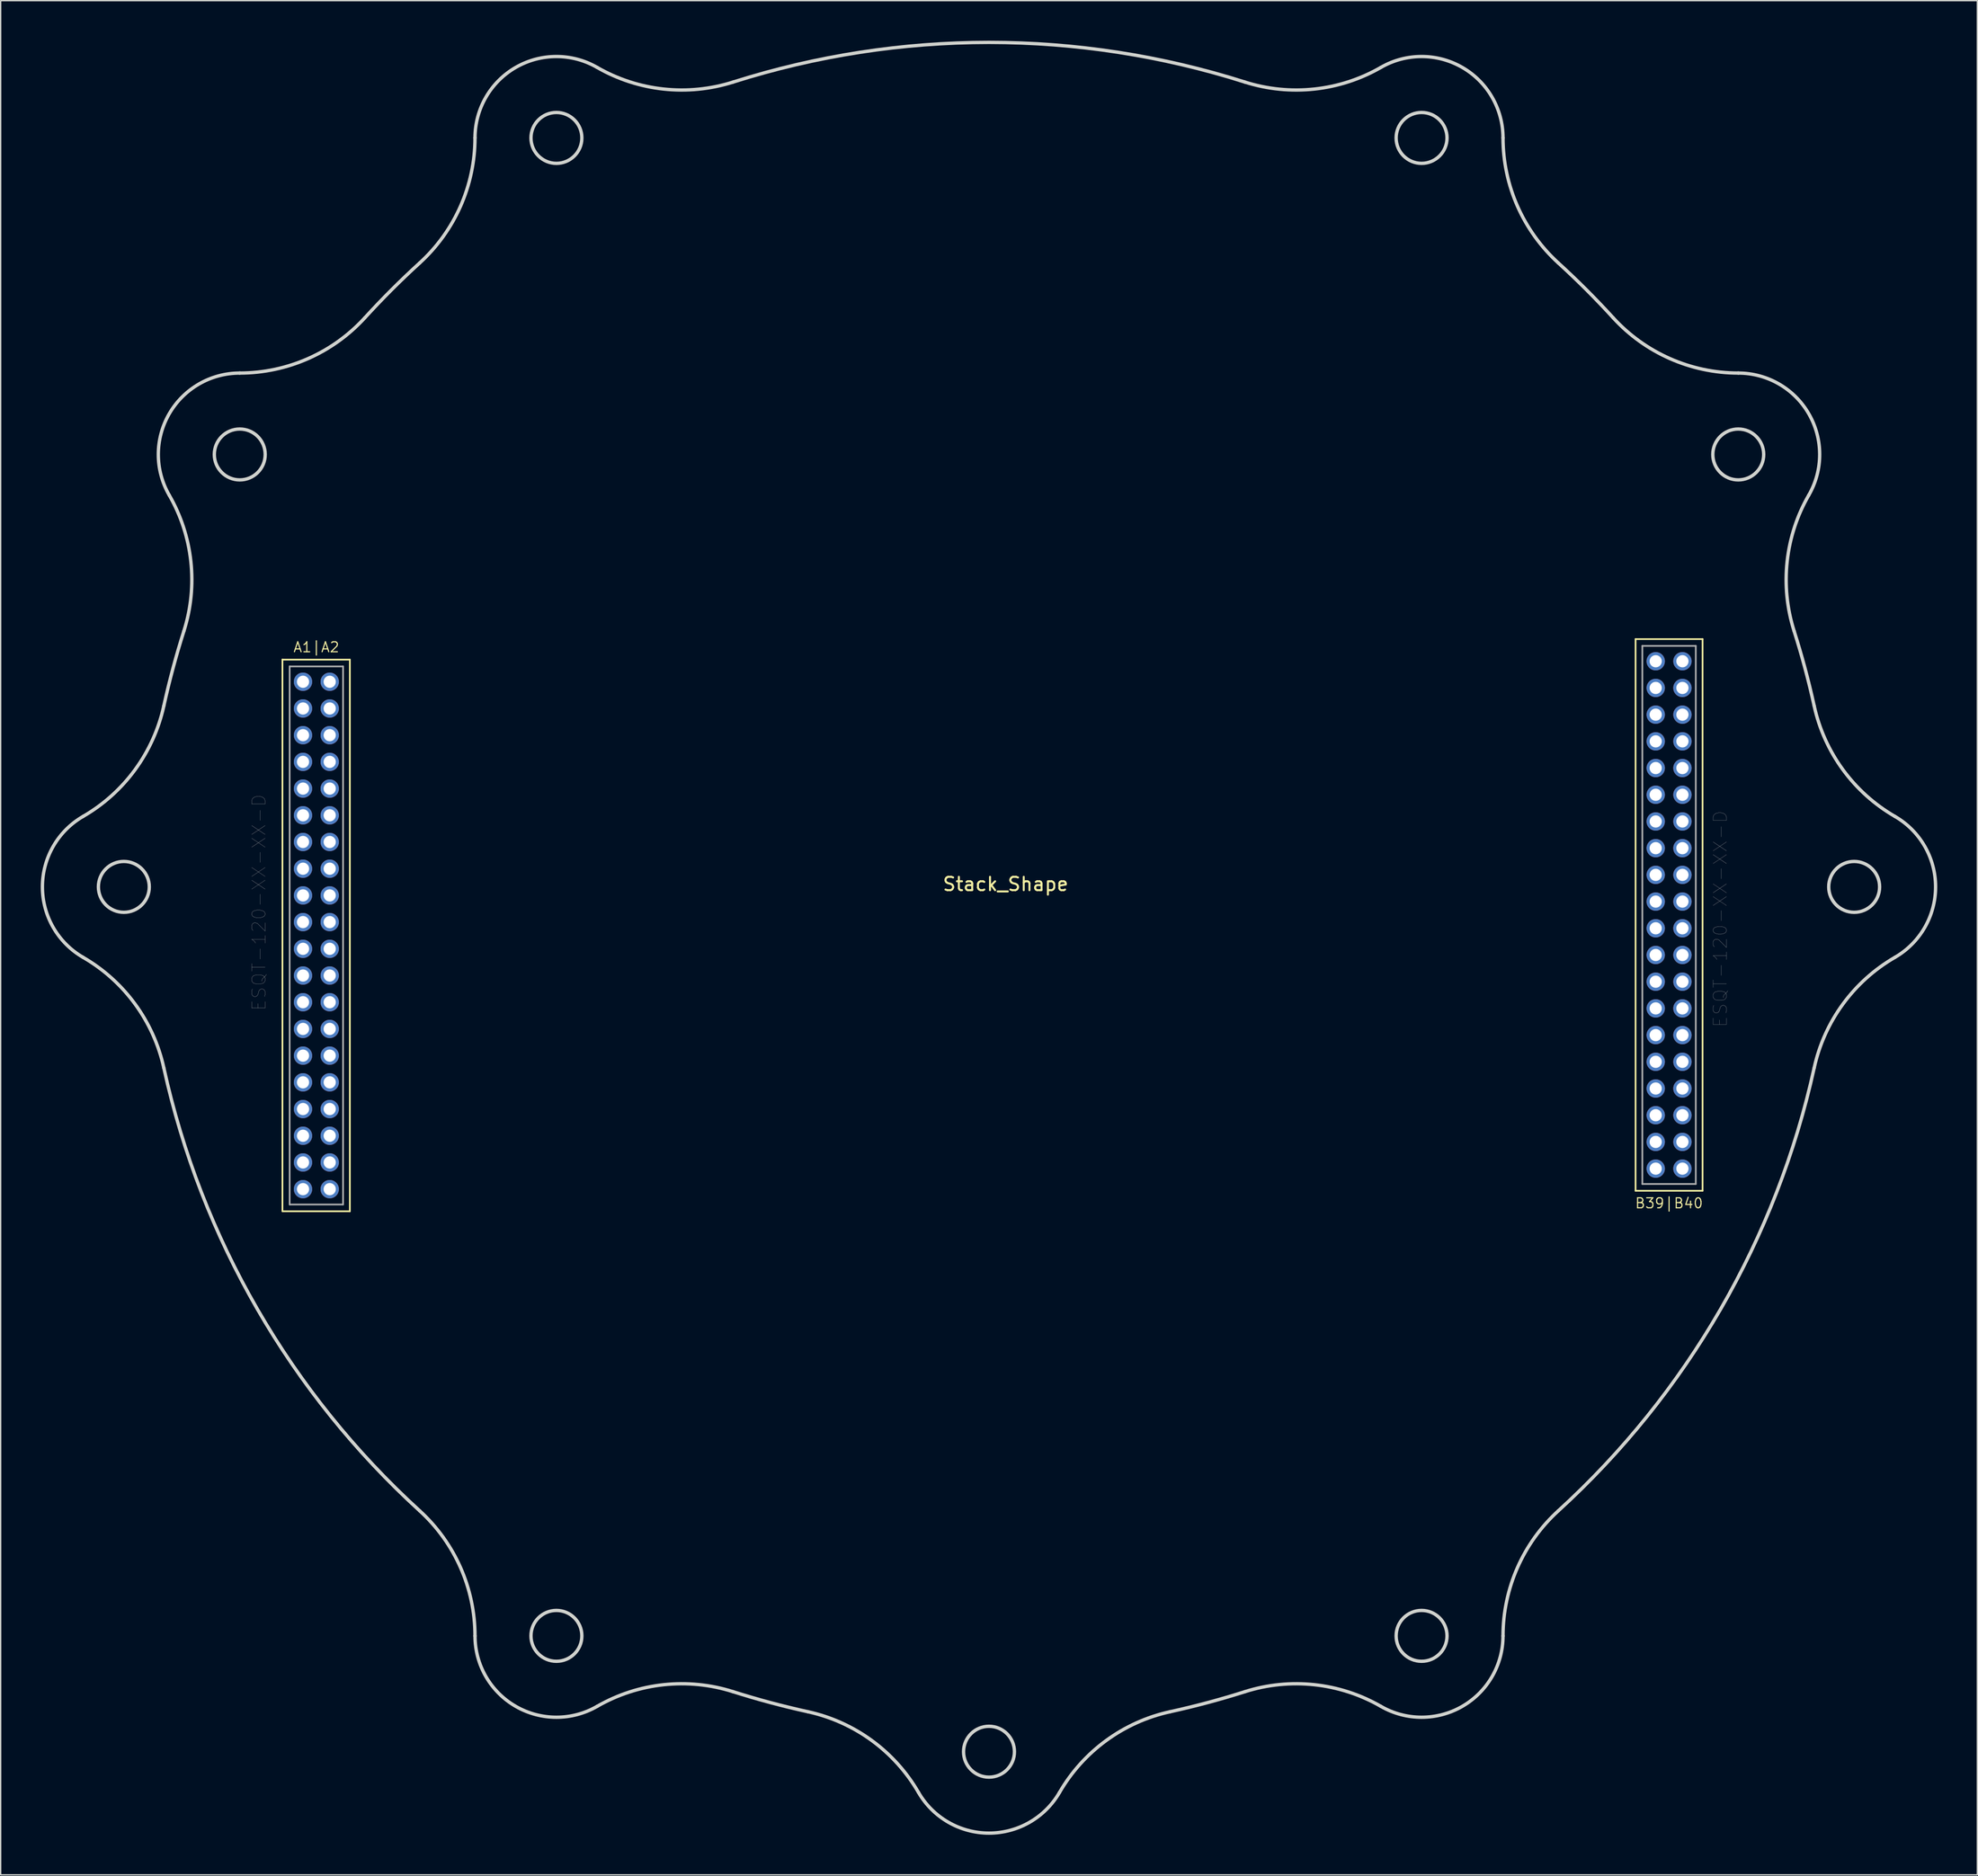
<source format=kicad_pcb>
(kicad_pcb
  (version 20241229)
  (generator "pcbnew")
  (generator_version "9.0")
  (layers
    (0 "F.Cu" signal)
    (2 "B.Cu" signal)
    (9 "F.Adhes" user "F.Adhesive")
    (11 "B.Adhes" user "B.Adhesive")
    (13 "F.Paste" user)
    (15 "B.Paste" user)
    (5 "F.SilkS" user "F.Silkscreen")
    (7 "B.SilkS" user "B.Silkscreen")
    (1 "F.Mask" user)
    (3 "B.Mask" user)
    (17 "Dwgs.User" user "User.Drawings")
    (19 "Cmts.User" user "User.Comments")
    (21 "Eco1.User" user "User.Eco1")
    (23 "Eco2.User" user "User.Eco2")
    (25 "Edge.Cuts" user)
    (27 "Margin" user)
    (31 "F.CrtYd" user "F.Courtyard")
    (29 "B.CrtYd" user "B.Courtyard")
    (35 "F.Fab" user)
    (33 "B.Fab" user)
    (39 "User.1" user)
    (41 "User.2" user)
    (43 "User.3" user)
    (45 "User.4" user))
  (footprint "Stack_Shape"
    (layer "F.Cu")
    (at 72.034 64.522)
    (property "Reference" "Stack_Shape" (at 0.2 -1.36 0) (unlocked yes) (layer "F.SilkS") (effects (font (size 1 1) (thickness 0.15))))
    (attr smd)
    (fp_line (start -53.94 -18.183) (end -53.94 23.13) (stroke (width 0.127) (type solid)) (layer "F.SilkS"))
    (fp_line (start -53.94 -18.17) (end -48.892 -18.17) (stroke (width 0.127) (type solid)) (layer "F.SilkS"))
    (fp_line (start -48.892 -18.17) (end -48.892 23.143) (stroke (width 0.127) (type solid)) (layer "F.SilkS"))
    (fp_line (start -48.892 23.143) (end -53.94 23.143) (stroke (width 0.127) (type solid)) (layer "F.SilkS"))
    (fp_line (start 47.362 -19.707) (end 52.378 -19.707) (stroke (width 0.127) (type solid)) (layer "F.SilkS"))
    (fp_line (start 47.362 21.607) (end 47.362 -19.707) (stroke (width 0.127) (type solid)) (layer "F.SilkS"))
    (fp_line (start 52.378 21.607) (end 47.362 21.607) (stroke (width 0.127) (type solid)) (layer "F.SilkS"))
    (fp_line (start 52.378 21.607) (end 52.378 -19.707) (stroke (width 0.127) (type solid)) (layer "F.SilkS"))
    (fp_arc (start -68.865786 4.12567) (mid -71.90894 -1.15082) (end -68.865786 -6.42731) (stroke (width 0.25) (type solid)) (layer "Edge.Cuts"))
    (fp_arc (start -68.865786 4.12567) (mid -64.972067 7.625074) (end -62.820707 12.39776) (stroke (width 0.25) (type solid)) (layer "Edge.Cuts"))
    (fp_arc (start -62.820707 -14.6994) (mid -64.972067 -9.926714) (end -68.865786 -6.42731) (stroke (width 0.25) (type solid)) (layer "Edge.Cuts"))
    (fp_arc (start -62.820707 -14.6994) (mid -62.133886 -17.52009) (end -61.318346 -20.306289) (stroke (width 0.25) (type solid)) (layer "Edge.Cuts"))
    (fp_arc (start -62.417492 -30.492668) (mid -60.795135 -25.515236) (end -61.318346 -20.306289) (stroke (width 0.25) (type solid)) (layer "Edge.Cuts"))
    (fp_arc (start -62.417492 -30.492668) (mid -62.414696 -36.58382) (end -57.141002 -39.631817) (stroke (width 0.25) (type solid)) (layer "Edge.Cuts"))
    (fp_arc (start -47.769766 -43.773118) (mid -52.019241 -40.715531) (end -57.141002 -39.631817) (stroke (width 0.25) (type solid)) (layer "Edge.Cuts"))
    (fp_arc (start -47.769766 -43.773118) (mid -45.764615 -45.872495) (end -43.665238 -47.877646) (stroke (width 0.25) (type solid)) (layer "Edge.Cuts"))
    (fp_arc (start -43.665238 45.576006) (mid -55.815583 30.47218) (end -62.820707 12.39776) (stroke (width 0.25) (type solid)) (layer "Edge.Cuts"))
    (fp_arc (start -43.665238 45.576006) (mid -40.607651 49.825481) (end -39.523937 54.947242) (stroke (width 0.25) (type solid)) (layer "Edge.Cuts"))
    (fp_arc (start -39.523937 -57.248882) (mid -40.607651 -52.127121) (end -43.665238 -47.877646) (stroke (width 0.25) (type solid)) (layer "Edge.Cuts"))
    (fp_arc (start -39.523937 -57.248882) (mid -36.47594 -62.522576) (end -30.384788 -62.525372) (stroke (width 0.25) (type solid)) (layer "Edge.Cuts"))
    (fp_arc (start -30.384788 60.223732) (mid -36.47594 60.220936) (end -39.523937 54.947242) (stroke (width 0.25) (type solid)) (layer "Edge.Cuts"))
    (fp_arc (start -30.384788 60.223732) (mid -25.407356 58.601375) (end -20.198409 59.124586) (stroke (width 0.25) (type solid)) (layer "Edge.Cuts"))
    (fp_arc (start -20.198409 -61.426226) (mid -25.407356 -60.903015) (end -30.384788 -62.525372) (stroke (width 0.25) (type solid)) (layer "Edge.Cuts"))
    (fp_arc (start -20.198409 -61.426226) (mid -1.04294 -64.39682) (end 18.112529 -61.426226) (stroke (width 0.25) (type solid)) (layer "Edge.Cuts"))
    (fp_arc (start -14.59152 60.626947) (mid -17.41221 59.940126) (end -20.198409 59.124586) (stroke (width 0.25) (type solid)) (layer "Edge.Cuts"))
    (fp_arc (start -14.59152 60.626947) (mid -9.818834 62.778307) (end -6.31943 66.672026) (stroke (width 0.25) (type solid)) (layer "Edge.Cuts"))
    (fp_arc (start 4.23355 66.672026) (mid -1.04294 69.71518) (end -6.31943 66.672026) (stroke (width 0.25) (type solid)) (layer "Edge.Cuts"))
    (fp_arc (start 4.23355 66.672026) (mid 7.732954 62.778306) (end 12.50564 60.626947) (stroke (width 0.25) (type solid)) (layer "Edge.Cuts"))
    (fp_arc (start 18.112529 59.124586) (mid 15.326329 59.940125) (end 12.50564 60.626947) (stroke (width 0.25) (type solid)) (layer "Edge.Cuts"))
    (fp_arc (start 18.112529 59.124586) (mid 23.321476 58.601375) (end 28.298908 60.223732) (stroke (width 0.25) (type solid)) (layer "Edge.Cuts"))
    (fp_arc (start 28.298908 -62.525372) (mid 23.321476 -60.903015) (end 18.112529 -61.426226) (stroke (width 0.25) (type solid)) (layer "Edge.Cuts"))
    (fp_arc (start 28.298908 -62.525372) (mid 34.390059 -62.522577) (end 37.438057 -57.248882) (stroke (width 0.25) (type solid)) (layer "Edge.Cuts"))
    (fp_arc (start 37.438057 54.947242) (mid 34.390067 60.220966) (end 28.298908 60.223732) (stroke (width 0.25) (type solid)) (layer "Edge.Cuts"))
    (fp_arc (start 37.438057 54.947242) (mid 38.521763 49.825475) (end 41.579358 45.576006) (stroke (width 0.25) (type solid)) (layer "Edge.Cuts"))
    (fp_arc (start 41.579358 -47.877646) (mid 38.521772 -52.127121) (end 37.438057 -57.248882) (stroke (width 0.25) (type solid)) (layer "Edge.Cuts"))
    (fp_arc (start 41.579358 -47.877646) (mid 43.678735 -45.872495) (end 45.683886 -43.773118) (stroke (width 0.25) (type solid)) (layer "Edge.Cuts"))
    (fp_arc (start 55.055122 -39.631817) (mid 49.933355 -40.715523) (end 45.683886 -43.773118) (stroke (width 0.25) (type solid)) (layer "Edge.Cuts"))
    (fp_arc (start 55.055122 -39.631817) (mid 60.328846 -36.583827) (end 60.331612 -30.492668) (stroke (width 0.25) (type solid)) (layer "Edge.Cuts"))
    (fp_arc (start 59.232466 -20.306289) (mid 58.709255 -25.515236) (end 60.331612 -30.492668) (stroke (width 0.25) (type solid)) (layer "Edge.Cuts"))
    (fp_arc (start 59.232466 -20.306289) (mid 60.048005 -17.520089) (end 60.734827 -14.6994) (stroke (width 0.25) (type solid)) (layer "Edge.Cuts"))
    (fp_arc (start 60.734827 12.39776) (mid 53.729703 30.47218) (end 41.579358 45.576006) (stroke (width 0.25) (type solid)) (layer "Edge.Cuts"))
    (fp_arc (start 60.734827 12.39776) (mid 62.886197 7.625086) (end 66.779906 4.12567) (stroke (width 0.25) (type solid)) (layer "Edge.Cuts"))
    (fp_arc (start 66.779906 -6.42731) (mid 62.886186 -9.926714) (end 60.734827 -14.6994) (stroke (width 0.25) (type solid)) (layer "Edge.Cuts"))
    (fp_arc (start 66.779906 -6.42731) (mid 69.82306 -1.15082) (end 66.779906 4.12567) (stroke (width 0.25) (type solid)) (layer "Edge.Cuts"))
    (fp_circle (center -65.813 -1.151) (end -63.908 -1.151) (stroke (width 0.25) (type solid)) (fill no) (layer "Edge.Cuts"))
    (fp_circle (center -57.135 -33.536) (end -55.23 -33.536) (stroke (width 0.25) (type solid)) (fill no) (layer "Edge.Cuts"))
    (fp_circle (center -33.428 -57.243) (end -31.523 -57.243) (stroke (width 0.25) (type solid)) (fill no) (layer "Edge.Cuts"))
    (fp_circle (center -33.428 54.942) (end -31.523 54.942) (stroke (width 0.25) (type solid)) (fill no) (layer "Edge.Cuts"))
    (fp_circle (center -1.043 63.619) (end 0.862 63.619) (stroke (width 0.25) (type solid)) (fill no) (layer "Edge.Cuts"))
    (fp_circle (center 31.342 -57.243) (end 33.247 -57.243) (stroke (width 0.25) (type solid)) (fill no) (layer "Edge.Cuts"))
    (fp_circle (center 31.342 54.942) (end 33.247 54.942) (stroke (width 0.25) (type solid)) (fill no) (layer "Edge.Cuts"))
    (fp_circle (center 55.05 -33.536) (end 56.955 -33.536) (stroke (width 0.25) (type solid)) (fill no) (layer "Edge.Cuts"))
    (fp_circle (center 63.727 -1.151) (end 65.632 -1.151) (stroke (width 0.25) (type solid)) (fill no) (layer "Edge.Cuts"))
    (fp_line (start -53.4 -17.662) (end -49.4 -17.662) (stroke (width 0.127) (type solid)) (layer "F.Fab"))
    (fp_line (start -53.4 22.635) (end -53.4 -17.662) (stroke (width 0.127) (type solid)) (layer "F.Fab"))
    (fp_line (start -49.4 -17.662) (end -49.4 22.635) (stroke (width 0.127) (type solid)) (layer "F.Fab"))
    (fp_line (start -49.4 22.635) (end -53.4 22.635) (stroke (width 0.127) (type solid)) (layer "F.Fab"))
    (fp_line (start 47.87 -19.199) (end 51.87 -19.199) (stroke (width 0.127) (type solid)) (layer "F.Fab"))
    (fp_line (start 47.87 21.099) (end 47.87 -19.199) (stroke (width 0.127) (type solid)) (layer "F.Fab"))
    (fp_line (start 51.87 -19.199) (end 51.87 21.099) (stroke (width 0.127) (type solid)) (layer "F.Fab"))
    (fp_line (start 51.87 21.099) (end 47.87 21.099) (stroke (width 0.127) (type solid)) (layer "F.Fab"))
    (fp_text user "A1|A2" (at -51.4 -19.103 0) (layer "F.SilkS") (effects (font (size 0.75 0.75) (thickness 0.084))))
    (fp_text user "B39|B40" (at 49.87 22.54 0) (layer "F.SilkS") (effects (font (size 0.75 0.75) (thickness 0.084))))
    (fp_text user "ESQT-120-XX-XX-D" (at 53.704 1.243 270) (layer "F.Fab") (effects (font (size 1 1) (thickness 0.015))))
    (fp_text user "ESQT-120-XX-XX-D" (at -55.7 0.017 90) (layer "F.Fab") (effects (font (size 1 1) (thickness 0.015))))
    (pad "A1" thru_hole circle (at -52.4 -16.513 90) (size 1.372 1.372) (drill 0.914) (layers "*.Cu" "*.Mask"))
    (pad "A2" thru_hole circle (at -50.4 -16.513 90) (size 1.372 1.372) (drill 0.914) (layers "*.Cu" "*.Mask"))
    (pad "A3" thru_hole circle (at -52.4 -14.513 90) (size 1.372 1.372) (drill 0.914) (layers "*.Cu" "*.Mask"))
    (pad "A4" thru_hole circle (at -50.4 -14.513 90) (size 1.372 1.372) (drill 0.914) (layers "*.Cu" "*.Mask"))
    (pad "A5" thru_hole circle (at -52.4 -12.513 90) (size 1.372 1.372) (drill 0.914) (layers "*.Cu" "*.Mask"))
    (pad "A6" thru_hole circle (at -50.4 -12.513 90) (size 1.372 1.372) (drill 0.914) (layers "*.Cu" "*.Mask"))
    (pad "A7" thru_hole circle (at -52.4 -10.513 90) (size 1.372 1.372) (drill 0.914) (layers "*.Cu" "*.Mask"))
    (pad "A8" thru_hole circle (at -50.4 -10.513 90) (size 1.372 1.372) (drill 0.914) (layers "*.Cu" "*.Mask"))
    (pad "A9" thru_hole circle (at -52.4 -8.513 90) (size 1.372 1.372) (drill 0.914) (layers "*.Cu" "*.Mask"))
    (pad "A10" thru_hole circle (at -50.4 -8.513 90) (size 1.372 1.372) (drill 0.914) (layers "*.Cu" "*.Mask"))
    (pad "A11" thru_hole circle (at -52.4 -6.513 90) (size 1.372 1.372) (drill 0.914) (layers "*.Cu" "*.Mask"))
    (pad "A12" thru_hole circle (at -50.4 -6.513 90) (size 1.372 1.372) (drill 0.914) (layers "*.Cu" "*.Mask"))
    (pad "A13" thru_hole circle (at -52.4 -4.513 90) (size 1.372 1.372) (drill 0.914) (layers "*.Cu" "*.Mask"))
    (pad "A14" thru_hole circle (at -50.4 -4.513 90) (size 1.372 1.372) (drill 0.914) (layers "*.Cu" "*.Mask"))
    (pad "A15" thru_hole circle (at -52.4 -2.513 90) (size 1.372 1.372) (drill 0.914) (layers "*.Cu" "*.Mask"))
    (pad "A16" thru_hole circle (at -50.4 -2.513 90) (size 1.372 1.372) (drill 0.914) (layers "*.Cu" "*.Mask"))
    (pad "A17" thru_hole circle (at -52.4 -0.513 90) (size 1.372 1.372) (drill 0.914) (layers "*.Cu" "*.Mask"))
    (pad "A18" thru_hole circle (at -50.4 -0.513 90) (size 1.372 1.372) (drill 0.914) (layers "*.Cu" "*.Mask"))
    (pad "A19" thru_hole circle (at -52.4 1.487 90) (size 1.372 1.372) (drill 0.914) (layers "*.Cu" "*.Mask"))
    (pad "A20" thru_hole circle (at -50.4 1.487 90) (size 1.372 1.372) (drill 0.914) (layers "*.Cu" "*.Mask"))
    (pad "A21" thru_hole circle (at -52.4 3.487 90) (size 1.372 1.372) (drill 0.914) (layers "*.Cu" "*.Mask"))
    (pad "A22" thru_hole circle (at -50.4 3.487 90) (size 1.372 1.372) (drill 0.914) (layers "*.Cu" "*.Mask"))
    (pad "A23" thru_hole circle (at -52.4 5.487 90) (size 1.372 1.372) (drill 0.914) (layers "*.Cu" "*.Mask"))
    (pad "A24" thru_hole circle (at -50.4 5.487 90) (size 1.372 1.372) (drill 0.914) (layers "*.Cu" "*.Mask"))
    (pad "A25" thru_hole circle (at -52.4 7.487 90) (size 1.372 1.372) (drill 0.914) (layers "*.Cu" "*.Mask"))
    (pad "A26" thru_hole circle (at -50.4 7.487 90) (size 1.372 1.372) (drill 0.914) (layers "*.Cu" "*.Mask"))
    (pad "A27" thru_hole circle (at -52.4 9.487 90) (size 1.372 1.372) (drill 0.914) (layers "*.Cu" "*.Mask"))
    (pad "A28" thru_hole circle (at -50.4 9.487 90) (size 1.372 1.372) (drill 0.914) (layers "*.Cu" "*.Mask"))
    (pad "A29" thru_hole circle (at -52.4 11.487 90) (size 1.372 1.372) (drill 0.914) (layers "*.Cu" "*.Mask"))
    (pad "A30" thru_hole circle (at -50.4 11.487 90) (size 1.372 1.372) (drill 0.914) (layers "*.Cu" "*.Mask"))
    (pad "A31" thru_hole circle (at -52.4 13.487 90) (size 1.372 1.372) (drill 0.914) (layers "*.Cu" "*.Mask"))
    (pad "A32" thru_hole circle (at -50.4 13.487 90) (size 1.372 1.372) (drill 0.914) (layers "*.Cu" "*.Mask"))
    (pad "A33" thru_hole circle (at -52.4 15.487 90) (size 1.372 1.372) (drill 0.914) (layers "*.Cu" "*.Mask"))
    (pad "A34" thru_hole circle (at -50.4 15.487 90) (size 1.372 1.372) (drill 0.914) (layers "*.Cu" "*.Mask"))
    (pad "A35" thru_hole circle (at -52.4 17.487 90) (size 1.372 1.372) (drill 0.914) (layers "*.Cu" "*.Mask"))
    (pad "A36" thru_hole circle (at -50.4 17.487 90) (size 1.372 1.372) (drill 0.914) (layers "*.Cu" "*.Mask"))
    (pad "A37" thru_hole circle (at -52.4 19.487 90) (size 1.372 1.372) (drill 0.914) (layers "*.Cu" "*.Mask"))
    (pad "A38" thru_hole circle (at -50.4 19.487 90) (size 1.372 1.372) (drill 0.914) (layers "*.Cu" "*.Mask"))
    (pad "A39" thru_hole circle (at -52.4 21.487 90) (size 1.372 1.372) (drill 0.914) (layers "*.Cu" "*.Mask"))
    (pad "A40" thru_hole circle (at -50.4 21.487 90) (size 1.372 1.372) (drill 0.914) (layers "*.Cu" "*.Mask"))
    (pad "B1" thru_hole circle (at 48.87 -18.05 270) (size 1.372 1.372) (drill 0.914) (layers "*.Cu" "*.Mask"))
    (pad "B2" thru_hole circle (at 50.87 -18.05 270) (size 1.372 1.372) (drill 0.914) (layers "*.Cu" "*.Mask"))
    (pad "B3" thru_hole circle (at 48.87 -16.05 270) (size 1.372 1.372) (drill 0.914) (layers "*.Cu" "*.Mask"))
    (pad "B4" thru_hole circle (at 50.87 -16.05 270) (size 1.372 1.372) (drill 0.914) (layers "*.Cu" "*.Mask"))
    (pad "B5" thru_hole circle (at 48.87 -14.05 270) (size 1.372 1.372) (drill 0.914) (layers "*.Cu" "*.Mask"))
    (pad "B6" thru_hole circle (at 50.87 -14.05 90) (size 1.372 1.372) (drill 0.914) (layers "*.Cu" "*.Mask"))
    (pad "B7" thru_hole circle (at 48.87 -12.05 270) (size 1.372 1.372) (drill 0.914) (layers "*.Cu" "*.Mask"))
    (pad "B8" thru_hole circle (at 50.87 -12.05 270) (size 1.372 1.372) (drill 0.914) (layers "*.Cu" "*.Mask"))
    (pad "B9" thru_hole circle (at 48.87 -10.05 270) (size 1.372 1.372) (drill 0.914) (layers "*.Cu" "*.Mask"))
    (pad "B10" thru_hole circle (at 50.87 -10.05 270) (size 1.372 1.372) (drill 0.914) (layers "*.Cu" "*.Mask"))
    (pad "B11" thru_hole circle (at 48.87 -8.05 270) (size 1.372 1.372) (drill 0.914) (layers "*.Cu" "*.Mask"))
    (pad "B12" thru_hole circle (at 50.87 -8.05 270) (size 1.372 1.372) (drill 0.914) (layers "*.Cu" "*.Mask"))
    (pad "B13" thru_hole circle (at 48.87 -6.05 270) (size 1.372 1.372) (drill 0.914) (layers "*.Cu" "*.Mask"))
    (pad "B14" thru_hole circle (at 50.87 -6.05 270) (size 1.372 1.372) (drill 0.914) (layers "*.Cu" "*.Mask"))
    (pad "B15" thru_hole circle (at 48.87 -4.05 270) (size 1.372 1.372) (drill 0.914) (layers "*.Cu" "*.Mask"))
    (pad "B16" thru_hole circle (at 50.87 -4.05 270) (size 1.372 1.372) (drill 0.914) (layers "*.Cu" "*.Mask"))
    (pad "B17" thru_hole circle (at 48.87 -2.05 270) (size 1.372 1.372) (drill 0.914) (layers "*.Cu" "*.Mask"))
    (pad "B18" thru_hole circle (at 50.87 -2.05 270) (size 1.372 1.372) (drill 0.914) (layers "*.Cu" "*.Mask"))
    (pad "B19" thru_hole circle (at 48.87 -0.05 270) (size 1.372 1.372) (drill 0.914) (layers "*.Cu" "*.Mask"))
    (pad "B20" thru_hole circle (at 50.87 -0.05 270) (size 1.372 1.372) (drill 0.914) (layers "*.Cu" "*.Mask"))
    (pad "B21" thru_hole circle (at 48.87 1.95 270) (size 1.372 1.372) (drill 0.914) (layers "*.Cu" "*.Mask"))
    (pad "B22" thru_hole circle (at 50.87 1.95 270) (size 1.372 1.372) (drill 0.914) (layers "*.Cu" "*.Mask"))
    (pad "B23" thru_hole circle (at 48.87 3.95 270) (size 1.372 1.372) (drill 0.914) (layers "*.Cu" "*.Mask"))
    (pad "B24" thru_hole circle (at 50.87 3.95 270) (size 1.372 1.372) (drill 0.914) (layers "*.Cu" "*.Mask"))
    (pad "B25" thru_hole circle (at 48.87 5.95 270) (size 1.372 1.372) (drill 0.914) (layers "*.Cu" "*.Mask"))
    (pad "B26" thru_hole circle (at 50.87 5.95 270) (size 1.372 1.372) (drill 0.914) (layers "*.Cu" "*.Mask"))
    (pad "B27" thru_hole circle (at 48.87 7.95 270) (size 1.372 1.372) (drill 0.914) (layers "*.Cu" "*.Mask"))
    (pad "B28" thru_hole circle (at 50.87 7.95 270) (size 1.372 1.372) (drill 0.914) (layers "*.Cu" "*.Mask"))
    (pad "B29" thru_hole circle (at 48.87 9.95 270) (size 1.372 1.372) (drill 0.914) (layers "*.Cu" "*.Mask"))
    (pad "B30" thru_hole circle (at 50.87 9.95 270) (size 1.372 1.372) (drill 0.914) (layers "*.Cu" "*.Mask"))
    (pad "B31" thru_hole circle (at 48.87 11.95 270) (size 1.372 1.372) (drill 0.914) (layers "*.Cu" "*.Mask"))
    (pad "B32" thru_hole circle (at 50.87 11.95 270) (size 1.372 1.372) (drill 0.914) (layers "*.Cu" "*.Mask"))
    (pad "B33" thru_hole circle (at 48.87 13.95 270) (size 1.372 1.372) (drill 0.914) (layers "*.Cu" "*.Mask"))
    (pad "B34" thru_hole circle (at 50.87 13.95 270) (size 1.372 1.372) (drill 0.914) (layers "*.Cu" "*.Mask"))
    (pad "B35" thru_hole circle (at 48.87 15.95 270) (size 1.372 1.372) (drill 0.914) (layers "*.Cu" "*.Mask"))
    (pad "B36" thru_hole circle (at 50.87 15.95 270) (size 1.372 1.372) (drill 0.914) (layers "*.Cu" "*.Mask"))
    (pad "B37" thru_hole circle (at 48.87 17.95 270) (size 1.372 1.372) (drill 0.914) (layers "*.Cu" "*.Mask"))
    (pad "B38" thru_hole circle (at 50.87 17.95 270) (size 1.372 1.372) (drill 0.914) (layers "*.Cu" "*.Mask"))
    (pad "B39" thru_hole circle (at 48.87 19.95 270) (size 1.372 1.372) (drill 0.914) (layers "*.Cu" "*.Mask"))
    (pad "B40" thru_hole circle (at 50.87 19.95 270) (size 1.372 1.372) (drill 0.914) (layers "*.Cu" "*.Mask")))
  (gr_rect
    (start -3 -3)
    (end 144.982 137.362)
    (stroke (width 0.1) (type default))
    (fill no)
    (layer "Edge.Cuts")))
</source>
